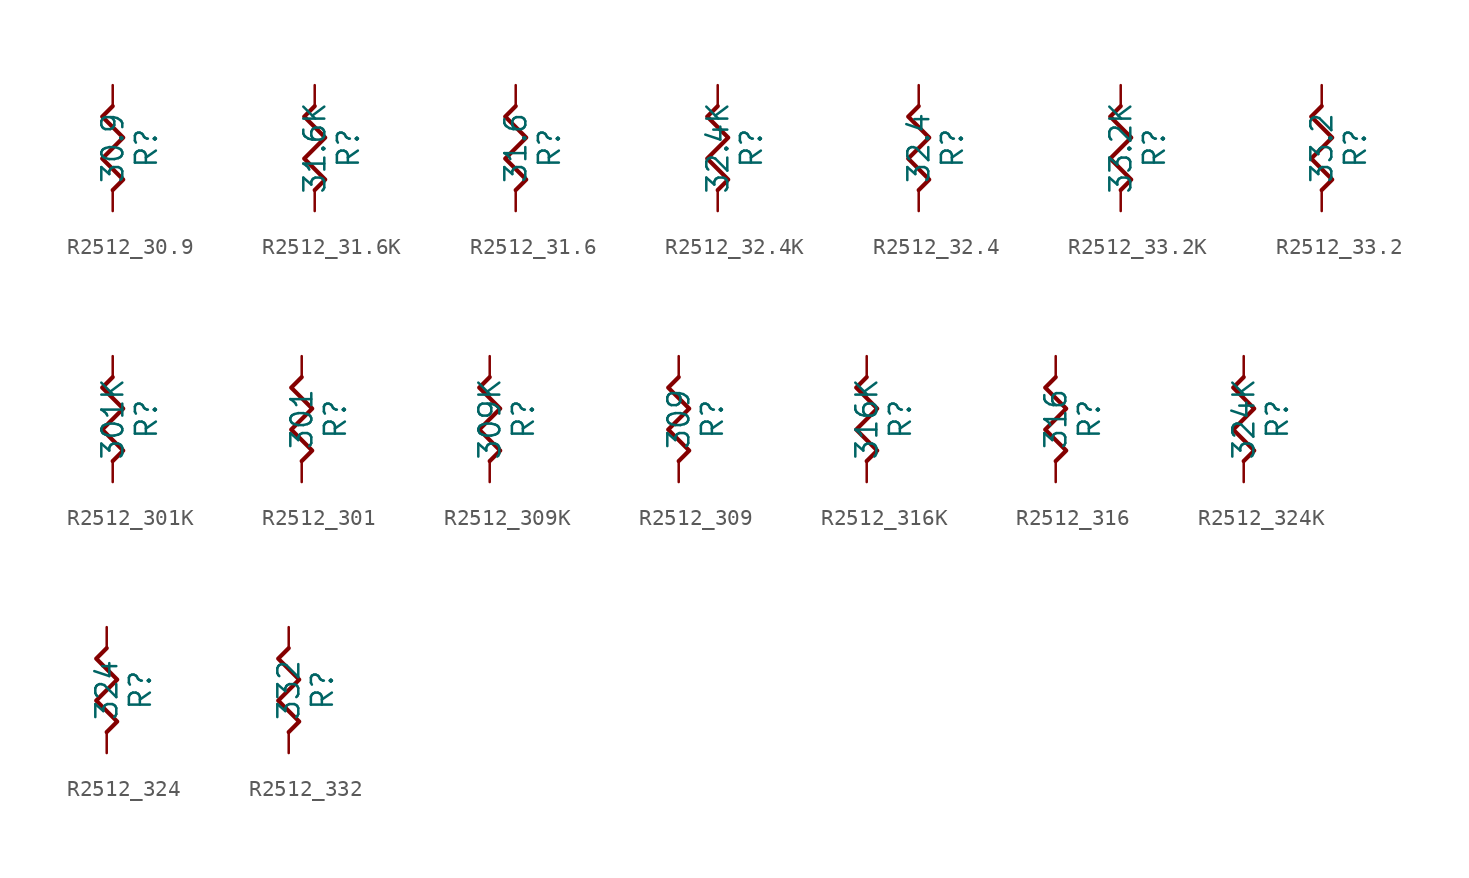
<source format=kicad_sym>
(kicad_symbol_lib
  (version 20211014)
  (generator atlantix-eda)
  (symbol "R2512_30.9"
    (pin_numbers hide)
    (pin_names
      (offset 0))
    (property "Reference" "R"
      (at 2.032 0 90)
      (effects (font (size 1.27 1.27))))
    (property "Value" "30.9"
      (at 0 0 90)
      (effects (font (size 1.27 1.27))))
    (symbol "R2512_30.9_0_1"
      (polyline (pts (xy 0 -2.54) (xy 0.635 -1.905) (xy -0.635 -0.635) (xy 0.635 0.635) (xy -0.635 1.905) (xy 0 2.54)) (stroke (width 0.254) (type default) (color 0 0 0 0)) (fill (type none))))
    (symbol "R2512_30.9_1_1"
      (pin passive line (at 0 3.81 270) (length 1.27) (name "~" (effects (font (size 1.27 1.27)))) (number "1" (effects (font (size 1.27 1.27)))))
      (pin passive line (at 0 -3.81 90) (length 1.27) (name "~" (effects (font (size 1.27 1.27)))) (number "2" (effects (font (size 1.27 1.27)))))))
  (symbol "R2512_31.6K"
    (pin_numbers hide)
    (pin_names
      (offset 0))
    (property "Reference" "R"
      (at 2.032 0 90)
      (effects (font (size 1.27 1.27))))
    (property "Value" "31.6K"
      (at 0 0 90)
      (effects (font (size 1.27 1.27))))
    (symbol "R2512_31.6K_0_1"
      (polyline (pts (xy 0 -2.54) (xy 0.635 -1.905) (xy -0.635 -0.635) (xy 0.635 0.635) (xy -0.635 1.905) (xy 0 2.54)) (stroke (width 0.254) (type default) (color 0 0 0 0)) (fill (type none))))
    (symbol "R2512_31.6K_1_1"
      (pin passive line (at 0 3.81 270) (length 1.27) (name "~" (effects (font (size 1.27 1.27)))) (number "1" (effects (font (size 1.27 1.27)))))
      (pin passive line (at 0 -3.81 90) (length 1.27) (name "~" (effects (font (size 1.27 1.27)))) (number "2" (effects (font (size 1.27 1.27)))))))
  (symbol "R2512_31.6"
    (pin_numbers hide)
    (pin_names
      (offset 0))
    (property "Reference" "R"
      (at 2.032 0 90)
      (effects (font (size 1.27 1.27))))
    (property "Value" "31.6"
      (at 0 0 90)
      (effects (font (size 1.27 1.27))))
    (symbol "R2512_31.6_0_1"
      (polyline (pts (xy 0 -2.54) (xy 0.635 -1.905) (xy -0.635 -0.635) (xy 0.635 0.635) (xy -0.635 1.905) (xy 0 2.54)) (stroke (width 0.254) (type default) (color 0 0 0 0)) (fill (type none))))
    (symbol "R2512_31.6_1_1"
      (pin passive line (at 0 3.81 270) (length 1.27) (name "~" (effects (font (size 1.27 1.27)))) (number "1" (effects (font (size 1.27 1.27)))))
      (pin passive line (at 0 -3.81 90) (length 1.27) (name "~" (effects (font (size 1.27 1.27)))) (number "2" (effects (font (size 1.27 1.27)))))))
  (symbol "R2512_32.4K"
    (pin_numbers hide)
    (pin_names
      (offset 0))
    (property "Reference" "R"
      (at 2.032 0 90)
      (effects (font (size 1.27 1.27))))
    (property "Value" "32.4K"
      (at 0 0 90)
      (effects (font (size 1.27 1.27))))
    (symbol "R2512_32.4K_0_1"
      (polyline (pts (xy 0 -2.54) (xy 0.635 -1.905) (xy -0.635 -0.635) (xy 0.635 0.635) (xy -0.635 1.905) (xy 0 2.54)) (stroke (width 0.254) (type default) (color 0 0 0 0)) (fill (type none))))
    (symbol "R2512_32.4K_1_1"
      (pin passive line (at 0 3.81 270) (length 1.27) (name "~" (effects (font (size 1.27 1.27)))) (number "1" (effects (font (size 1.27 1.27)))))
      (pin passive line (at 0 -3.81 90) (length 1.27) (name "~" (effects (font (size 1.27 1.27)))) (number "2" (effects (font (size 1.27 1.27)))))))
  (symbol "R2512_32.4"
    (pin_numbers hide)
    (pin_names
      (offset 0))
    (property "Reference" "R"
      (at 2.032 0 90)
      (effects (font (size 1.27 1.27))))
    (property "Value" "32.4"
      (at 0 0 90)
      (effects (font (size 1.27 1.27))))
    (symbol "R2512_32.4_0_1"
      (polyline (pts (xy 0 -2.54) (xy 0.635 -1.905) (xy -0.635 -0.635) (xy 0.635 0.635) (xy -0.635 1.905) (xy 0 2.54)) (stroke (width 0.254) (type default) (color 0 0 0 0)) (fill (type none))))
    (symbol "R2512_32.4_1_1"
      (pin passive line (at 0 3.81 270) (length 1.27) (name "~" (effects (font (size 1.27 1.27)))) (number "1" (effects (font (size 1.27 1.27)))))
      (pin passive line (at 0 -3.81 90) (length 1.27) (name "~" (effects (font (size 1.27 1.27)))) (number "2" (effects (font (size 1.27 1.27)))))))
  (symbol "R2512_33.2K"
    (pin_numbers hide)
    (pin_names
      (offset 0))
    (property "Reference" "R"
      (at 2.032 0 90)
      (effects (font (size 1.27 1.27))))
    (property "Value" "33.2K"
      (at 0 0 90)
      (effects (font (size 1.27 1.27))))
    (symbol "R2512_33.2K_0_1"
      (polyline (pts (xy 0 -2.54) (xy 0.635 -1.905) (xy -0.635 -0.635) (xy 0.635 0.635) (xy -0.635 1.905) (xy 0 2.54)) (stroke (width 0.254) (type default) (color 0 0 0 0)) (fill (type none))))
    (symbol "R2512_33.2K_1_1"
      (pin passive line (at 0 3.81 270) (length 1.27) (name "~" (effects (font (size 1.27 1.27)))) (number "1" (effects (font (size 1.27 1.27)))))
      (pin passive line (at 0 -3.81 90) (length 1.27) (name "~" (effects (font (size 1.27 1.27)))) (number "2" (effects (font (size 1.27 1.27)))))))
  (symbol "R2512_33.2"
    (pin_numbers hide)
    (pin_names
      (offset 0))
    (property "Reference" "R"
      (at 2.032 0 90)
      (effects (font (size 1.27 1.27))))
    (property "Value" "33.2"
      (at 0 0 90)
      (effects (font (size 1.27 1.27))))
    (symbol "R2512_33.2_0_1"
      (polyline (pts (xy 0 -2.54) (xy 0.635 -1.905) (xy -0.635 -0.635) (xy 0.635 0.635) (xy -0.635 1.905) (xy 0 2.54)) (stroke (width 0.254) (type default) (color 0 0 0 0)) (fill (type none))))
    (symbol "R2512_33.2_1_1"
      (pin passive line (at 0 3.81 270) (length 1.27) (name "~" (effects (font (size 1.27 1.27)))) (number "1" (effects (font (size 1.27 1.27)))))
      (pin passive line (at 0 -3.81 90) (length 1.27) (name "~" (effects (font (size 1.27 1.27)))) (number "2" (effects (font (size 1.27 1.27)))))))
  (symbol "R2512_301K"
    (pin_numbers hide)
    (pin_names
      (offset 0))
    (property "Reference" "R"
      (at 2.032 0 90)
      (effects (font (size 1.27 1.27))))
    (property "Value" "301K"
      (at 0 0 90)
      (effects (font (size 1.27 1.27))))
    (symbol "R2512_301K_0_1"
      (polyline (pts (xy 0 -2.54) (xy 0.635 -1.905) (xy -0.635 -0.635) (xy 0.635 0.635) (xy -0.635 1.905) (xy 0 2.54)) (stroke (width 0.254) (type default) (color 0 0 0 0)) (fill (type none))))
    (symbol "R2512_301K_1_1"
      (pin passive line (at 0 3.81 270) (length 1.27) (name "~" (effects (font (size 1.27 1.27)))) (number "1" (effects (font (size 1.27 1.27)))))
      (pin passive line (at 0 -3.81 90) (length 1.27) (name "~" (effects (font (size 1.27 1.27)))) (number "2" (effects (font (size 1.27 1.27)))))))
  (symbol "R2512_301"
    (pin_numbers hide)
    (pin_names
      (offset 0))
    (property "Reference" "R"
      (at 2.032 0 90)
      (effects (font (size 1.27 1.27))))
    (property "Value" "301"
      (at 0 0 90)
      (effects (font (size 1.27 1.27))))
    (symbol "R2512_301_0_1"
      (polyline (pts (xy 0 -2.54) (xy 0.635 -1.905) (xy -0.635 -0.635) (xy 0.635 0.635) (xy -0.635 1.905) (xy 0 2.54)) (stroke (width 0.254) (type default) (color 0 0 0 0)) (fill (type none))))
    (symbol "R2512_301_1_1"
      (pin passive line (at 0 3.81 270) (length 1.27) (name "~" (effects (font (size 1.27 1.27)))) (number "1" (effects (font (size 1.27 1.27)))))
      (pin passive line (at 0 -3.81 90) (length 1.27) (name "~" (effects (font (size 1.27 1.27)))) (number "2" (effects (font (size 1.27 1.27)))))))
  (symbol "R2512_309K"
    (pin_numbers hide)
    (pin_names
      (offset 0))
    (property "Reference" "R"
      (at 2.032 0 90)
      (effects (font (size 1.27 1.27))))
    (property "Value" "309K"
      (at 0 0 90)
      (effects (font (size 1.27 1.27))))
    (symbol "R2512_309K_0_1"
      (polyline (pts (xy 0 -2.54) (xy 0.635 -1.905) (xy -0.635 -0.635) (xy 0.635 0.635) (xy -0.635 1.905) (xy 0 2.54)) (stroke (width 0.254) (type default) (color 0 0 0 0)) (fill (type none))))
    (symbol "R2512_309K_1_1"
      (pin passive line (at 0 3.81 270) (length 1.27) (name "~" (effects (font (size 1.27 1.27)))) (number "1" (effects (font (size 1.27 1.27)))))
      (pin passive line (at 0 -3.81 90) (length 1.27) (name "~" (effects (font (size 1.27 1.27)))) (number "2" (effects (font (size 1.27 1.27)))))))
  (symbol "R2512_309"
    (pin_numbers hide)
    (pin_names
      (offset 0))
    (property "Reference" "R"
      (at 2.032 0 90)
      (effects (font (size 1.27 1.27))))
    (property "Value" "309"
      (at 0 0 90)
      (effects (font (size 1.27 1.27))))
    (symbol "R2512_309_0_1"
      (polyline (pts (xy 0 -2.54) (xy 0.635 -1.905) (xy -0.635 -0.635) (xy 0.635 0.635) (xy -0.635 1.905) (xy 0 2.54)) (stroke (width 0.254) (type default) (color 0 0 0 0)) (fill (type none))))
    (symbol "R2512_309_1_1"
      (pin passive line (at 0 3.81 270) (length 1.27) (name "~" (effects (font (size 1.27 1.27)))) (number "1" (effects (font (size 1.27 1.27)))))
      (pin passive line (at 0 -3.81 90) (length 1.27) (name "~" (effects (font (size 1.27 1.27)))) (number "2" (effects (font (size 1.27 1.27)))))))
  (symbol "R2512_316K"
    (pin_numbers hide)
    (pin_names
      (offset 0))
    (property "Reference" "R"
      (at 2.032 0 90)
      (effects (font (size 1.27 1.27))))
    (property "Value" "316K"
      (at 0 0 90)
      (effects (font (size 1.27 1.27))))
    (symbol "R2512_316K_0_1"
      (polyline (pts (xy 0 -2.54) (xy 0.635 -1.905) (xy -0.635 -0.635) (xy 0.635 0.635) (xy -0.635 1.905) (xy 0 2.54)) (stroke (width 0.254) (type default) (color 0 0 0 0)) (fill (type none))))
    (symbol "R2512_316K_1_1"
      (pin passive line (at 0 3.81 270) (length 1.27) (name "~" (effects (font (size 1.27 1.27)))) (number "1" (effects (font (size 1.27 1.27)))))
      (pin passive line (at 0 -3.81 90) (length 1.27) (name "~" (effects (font (size 1.27 1.27)))) (number "2" (effects (font (size 1.27 1.27)))))))
  (symbol "R2512_316"
    (pin_numbers hide)
    (pin_names
      (offset 0))
    (property "Reference" "R"
      (at 2.032 0 90)
      (effects (font (size 1.27 1.27))))
    (property "Value" "316"
      (at 0 0 90)
      (effects (font (size 1.27 1.27))))
    (symbol "R2512_316_0_1"
      (polyline (pts (xy 0 -2.54) (xy 0.635 -1.905) (xy -0.635 -0.635) (xy 0.635 0.635) (xy -0.635 1.905) (xy 0 2.54)) (stroke (width 0.254) (type default) (color 0 0 0 0)) (fill (type none))))
    (symbol "R2512_316_1_1"
      (pin passive line (at 0 3.81 270) (length 1.27) (name "~" (effects (font (size 1.27 1.27)))) (number "1" (effects (font (size 1.27 1.27)))))
      (pin passive line (at 0 -3.81 90) (length 1.27) (name "~" (effects (font (size 1.27 1.27)))) (number "2" (effects (font (size 1.27 1.27)))))))
  (symbol "R2512_324K"
    (pin_numbers hide)
    (pin_names
      (offset 0))
    (property "Reference" "R"
      (at 2.032 0 90)
      (effects (font (size 1.27 1.27))))
    (property "Value" "324K"
      (at 0 0 90)
      (effects (font (size 1.27 1.27))))
    (symbol "R2512_324K_0_1"
      (polyline (pts (xy 0 -2.54) (xy 0.635 -1.905) (xy -0.635 -0.635) (xy 0.635 0.635) (xy -0.635 1.905) (xy 0 2.54)) (stroke (width 0.254) (type default) (color 0 0 0 0)) (fill (type none))))
    (symbol "R2512_324K_1_1"
      (pin passive line (at 0 3.81 270) (length 1.27) (name "~" (effects (font (size 1.27 1.27)))) (number "1" (effects (font (size 1.27 1.27)))))
      (pin passive line (at 0 -3.81 90) (length 1.27) (name "~" (effects (font (size 1.27 1.27)))) (number "2" (effects (font (size 1.27 1.27)))))))
  (symbol "R2512_324"
    (pin_numbers hide)
    (pin_names
      (offset 0))
    (property "Reference" "R"
      (at 2.032 0 90)
      (effects (font (size 1.27 1.27))))
    (property "Value" "324"
      (at 0 0 90)
      (effects (font (size 1.27 1.27))))
    (symbol "R2512_324_0_1"
      (polyline (pts (xy 0 -2.54) (xy 0.635 -1.905) (xy -0.635 -0.635) (xy 0.635 0.635) (xy -0.635 1.905) (xy 0 2.54)) (stroke (width 0.254) (type default) (color 0 0 0 0)) (fill (type none))))
    (symbol "R2512_324_1_1"
      (pin passive line (at 0 3.81 270) (length 1.27) (name "~" (effects (font (size 1.27 1.27)))) (number "1" (effects (font (size 1.27 1.27)))))
      (pin passive line (at 0 -3.81 90) (length 1.27) (name "~" (effects (font (size 1.27 1.27)))) (number "2" (effects (font (size 1.27 1.27)))))))
  (symbol "R2512_332"
    (pin_numbers hide)
    (pin_names
      (offset 0))
    (property "Reference" "R"
      (at 2.032 0 90)
      (effects (font (size 1.27 1.27))))
    (property "Value" "332"
      (at 0 0 90)
      (effects (font (size 1.27 1.27))))
    (symbol "R2512_332_0_1"
      (polyline (pts (xy 0 -2.54) (xy 0.635 -1.905) (xy -0.635 -0.635) (xy 0.635 0.635) (xy -0.635 1.905) (xy 0 2.54)) (stroke (width 0.254) (type default) (color 0 0 0 0)) (fill (type none))))
    (symbol "R2512_332_1_1"
      (pin passive line (at 0 3.81 270) (length 1.27) (name "~" (effects (font (size 1.27 1.27)))) (number "1" (effects (font (size 1.27 1.27)))))
      (pin passive line (at 0 -3.81 90) (length 1.27) (name "~" (effects (font (size 1.27 1.27)))) (number "2" (effects (font (size 1.27 1.27))))))))
</source>
